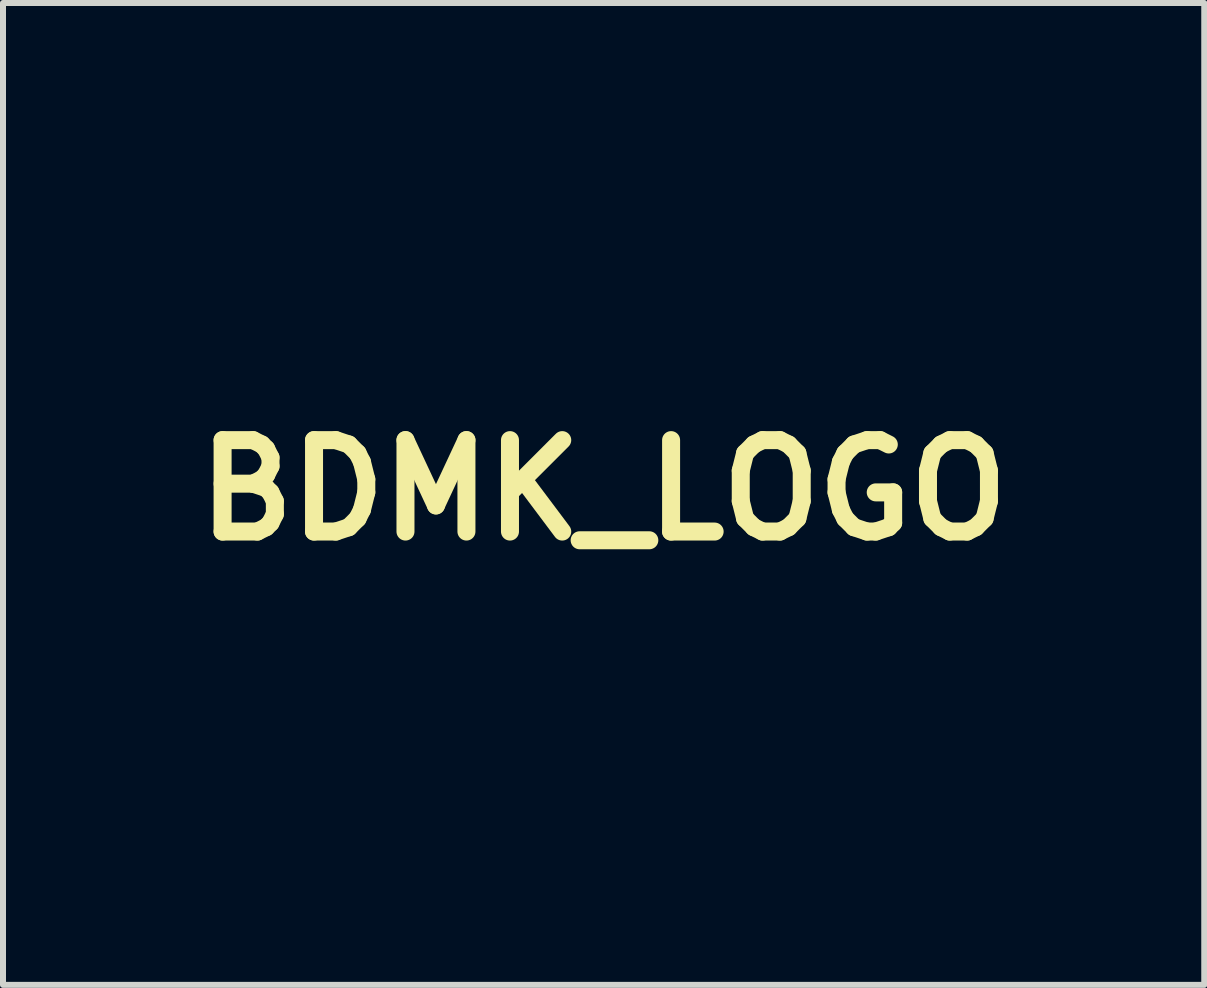
<source format=kicad_pcb>
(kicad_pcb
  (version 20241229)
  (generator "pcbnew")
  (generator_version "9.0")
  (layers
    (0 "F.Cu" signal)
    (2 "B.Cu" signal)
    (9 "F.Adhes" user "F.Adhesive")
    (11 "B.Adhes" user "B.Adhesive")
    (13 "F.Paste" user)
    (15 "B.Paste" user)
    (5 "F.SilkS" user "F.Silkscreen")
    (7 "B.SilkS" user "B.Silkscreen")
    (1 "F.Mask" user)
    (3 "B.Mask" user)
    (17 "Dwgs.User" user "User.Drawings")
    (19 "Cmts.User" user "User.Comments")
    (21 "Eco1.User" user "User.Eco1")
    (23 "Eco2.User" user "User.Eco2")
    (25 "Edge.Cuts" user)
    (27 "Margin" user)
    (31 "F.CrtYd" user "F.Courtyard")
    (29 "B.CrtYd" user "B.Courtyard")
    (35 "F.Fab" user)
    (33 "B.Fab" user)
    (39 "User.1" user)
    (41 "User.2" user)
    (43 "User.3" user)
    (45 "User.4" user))
  (footprint "BDMK_LOGO"
    (layer "F.Cu")
    (at 7.01 5.12)
    (property "Reference" "BDMK_LOGO" (at 0 0 0) (layer "F.SilkS") (effects (font (size 1.524 1.524) (thickness 0.3))))
    (attr through_hole)
    (fp_poly (pts (xy 3.119 -4.045) (xy 3.907 -3.439) (xy 4.221 -2.354) (xy 4.233 -2.003) (xy 4.127 -1.13) (xy 3.715 -0.626) (xy 2.859 -0.398) (xy 1.735 -0.353) (xy 0.353 -0.353) (xy 0.353 -2.087) (xy 2.117 -2.087) (xy 2.235 -1.113) (xy 2.512 -0.772) (xy 2.831 -1.045) (xy 3.073 -1.915) (xy 3.108 -2.232) (xy 3.107 -3.128) (xy 2.865 -3.495) (xy 2.667 -3.528) (xy 2.293 -3.323) (xy 2.133 -2.619) (xy 2.117 -2.087) (xy 0.353 -2.087) (xy 0.353 -4.233) (xy 1.789 -4.233) (xy 3.119 -4.045)) (stroke (width 0.01) (type solid)) (fill yes) (layer "F.Mask"))
    (fp_poly (pts (xy -2.381 0.423) (xy -0.529 0.529) (xy -0.499 2.383) (xy -0.468 4.237) (xy -0.605 2.462) (xy -0.775 1.362) (xy -1.012 0.934) (xy -1.241 1.16) (xy -1.39 2.022) (xy -1.411 2.667) (xy -1.482 3.705) (xy -1.723 4.174) (xy -1.94 4.233) (xy -2.271 4.046) (xy -2.434 3.398) (xy -2.469 2.449) (xy -2.531 1.386) (xy -2.701 0.889) (xy -2.822 0.882) (xy -3.037 1.339) (xy -3.162 2.233) (xy -3.175 2.667) (xy -3.246 3.705) (xy -3.487 4.174) (xy -3.704 4.233) (xy -4.022 4.06) (xy -4.186 3.453) (xy -4.233 2.279) (xy -4.233 0.316) (xy -2.381 0.423)) (stroke (width 0.01) (type solid)) (fill yes) (layer "F.Mask"))
    (fp_poly (pts (xy 1.958 0.548) (xy 2.117 0.937) (xy 2.167 1.324) (xy 2.439 1.218) (xy 2.762 0.937) (xy 3.495 0.418) (xy 3.92 0.358) (xy 3.92 0.695) (xy 3.448 1.299) (xy 2.502 2.244) (xy 3.276 2.63) (xy 3.982 3.176) (xy 4.183 3.74) (xy 3.868 4.143) (xy 3.377 4.233) (xy 2.672 4.069) (xy 2.469 3.747) (xy 2.221 3.129) (xy 1.94 2.822) (xy 1.557 2.608) (xy 1.422 2.941) (xy 1.411 3.308) (xy 1.234 4.05) (xy 0.882 4.233) (xy 0.563 4.059) (xy 0.399 3.448) (xy 0.353 2.293) (xy 0.376 1.182) (xy 0.497 0.603) (xy 0.794 0.385) (xy 1.235 0.353) (xy 1.958 0.548)) (stroke (width 0.01) (type solid)) (fill yes) (layer "F.Mask"))
    (fp_poly (pts (xy 5.115 5.115) (xy 0.081 5.213) (xy -2.003 5.239) (xy -3.474 5.219) (xy -4.426 5.145) (xy -4.952 5.012) (xy -5.133 4.843) (xy -5.193 4.331) (xy -5.229 3.26) (xy -5.239 1.777) (xy -5.235 1.349) (xy -4.886 1.349) (xy -4.88 2.833) (xy -4.845 3.928) (xy -4.785 4.478) (xy -4.781 4.489) (xy -4.547 4.686) (xy -3.963 4.813) (xy -2.932 4.876) (xy -1.357 4.884) (xy 0.081 4.861) (xy 4.763 4.763) (xy 4.763 -4.763) (xy -4.763 -4.763) (xy -4.862 -0.372) (xy -4.886 1.349) (xy -5.235 1.349) (xy -5.222 0.026) (xy -5.214 -0.371) (xy -5.115 -5.115) (xy 5.115 -5.115) (xy 5.115 5.115)) (stroke (width 0.01) (type solid)) (fill yes) (layer "F.Mask"))
    (fp_poly (pts (xy -1.396 -4.171) (xy -0.774 -3.884) (xy -0.508 -3.224) (xy -0.474 -2.039) (xy -0.483 -1.764) (xy -0.54 -1.045) (xy -0.761 -0.667) (xy -1.328 -0.501) (xy -2.381 -0.423) (xy -4.233 -0.316) (xy -4.233 -1.235) (xy -2.469 -1.235) (xy -2.187 -0.767) (xy -1.94 -0.706) (xy -1.473 -0.988) (xy -1.411 -1.235) (xy -1.693 -1.702) (xy -1.94 -1.764) (xy -2.408 -1.482) (xy -2.469 -1.235) (xy -4.233 -1.235) (xy -4.233 -2.999) (xy -2.469 -2.999) (xy -2.187 -2.531) (xy -1.94 -2.469) (xy -1.473 -2.752) (xy -1.411 -2.999) (xy -1.693 -3.466) (xy -1.94 -3.528) (xy -2.408 -3.245) (xy -2.469 -2.999) (xy -4.233 -2.999) (xy -4.233 -4.233) (xy -2.493 -4.233) (xy -1.396 -4.171)) (stroke (width 0.01) (type solid)) (fill yes) (layer "F.Mask")))
  (gr_rect
    (start -3 -3)
    (end 17.021 13.365)
    (stroke (width 0.1) (type default))
    (fill no)
    (layer "Edge.Cuts")))
</source>
